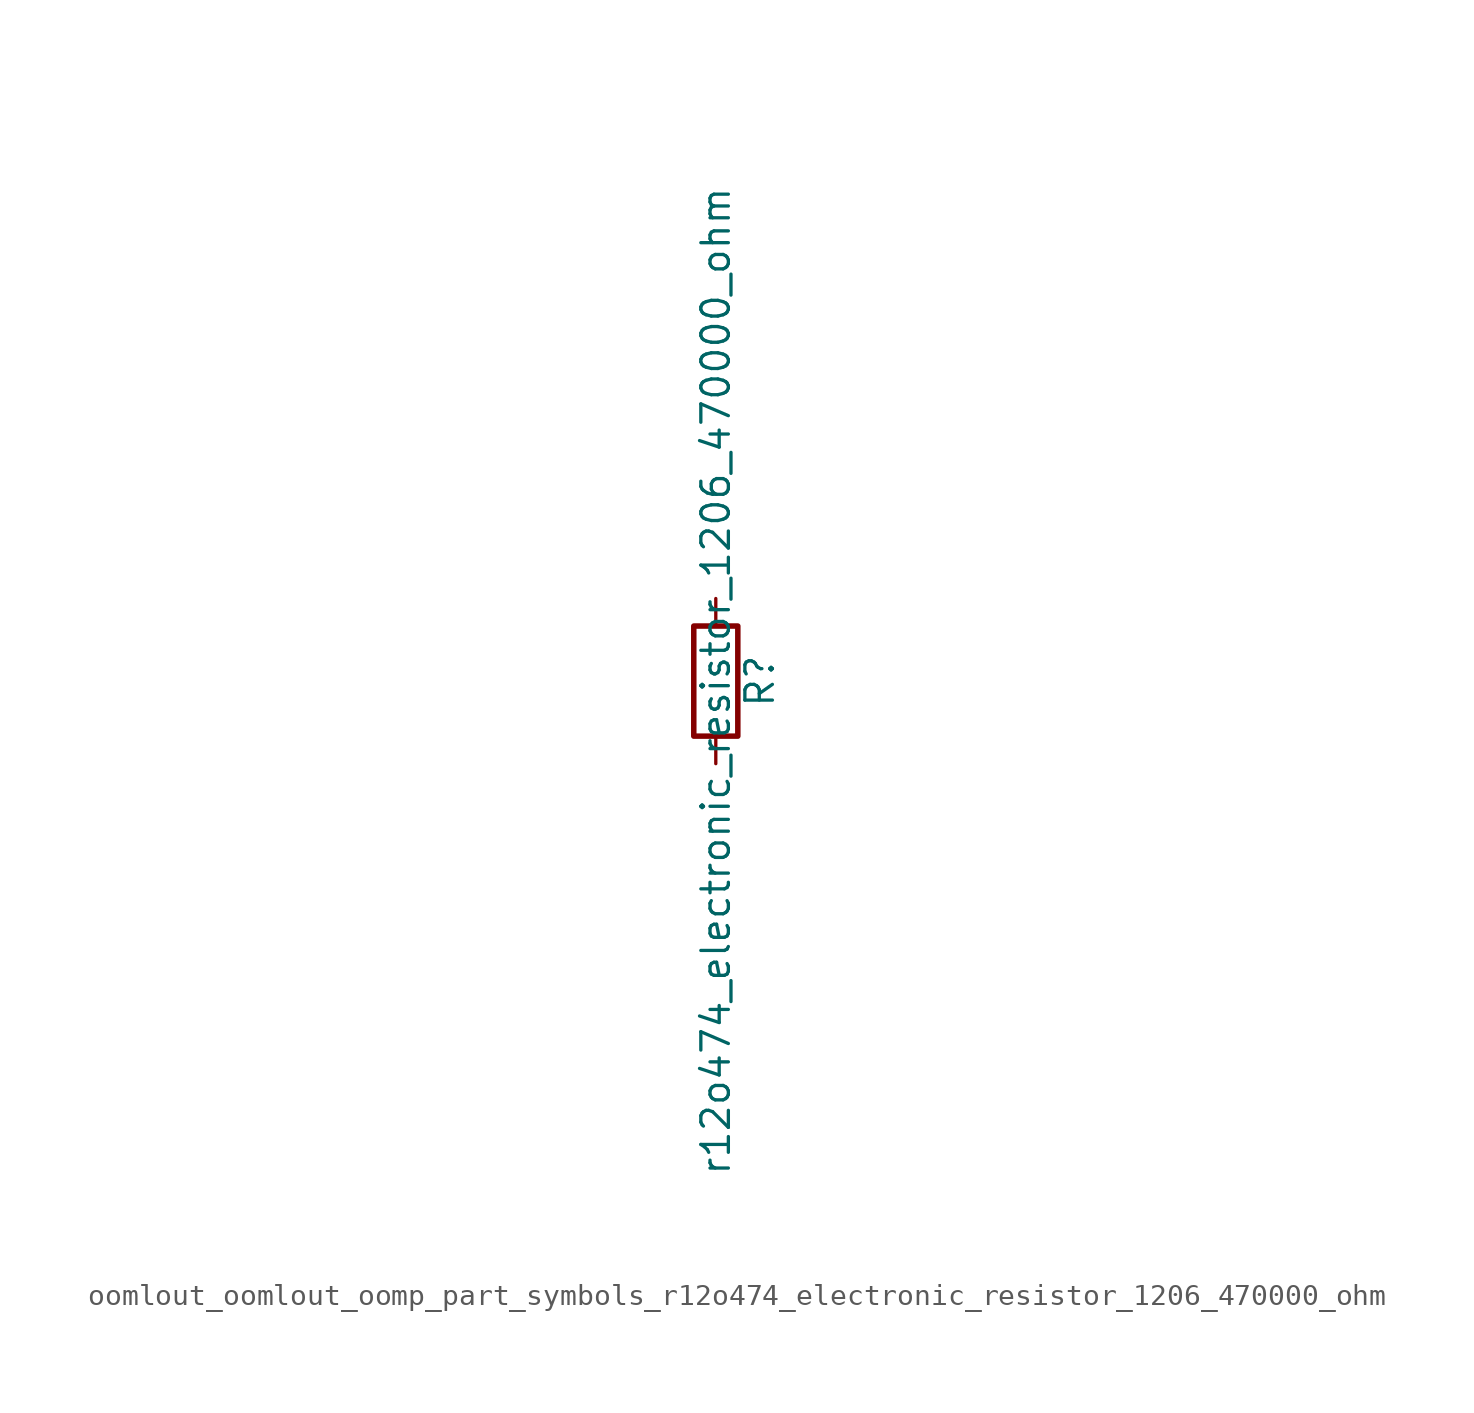
<source format=kicad_sym>
(kicad_symbol_lib
  (version 20220914)
  (generator kicad_symbol_editor)
  (symbol "oomlout_oomlout_oomp_part_symbols_r12o474_electronic_resistor_1206_470000_ohm"
    (pin_numbers hide)
    (pin_names
      (offset 0))
    (property "Reference" "R"
      (at 2.032 0 90)
      (effects (font (size 1.27 1.27))))
    (property "Value" "r12o474_electronic_resistor_1206_470000_ohm"
      (at 0 0 90)
      (effects (font (size 1.27 1.27))))
    (symbol "oomlout_oomlout_oomp_part_symbols_r12o474_electronic_resistor_1206_470000_ohm_0_1"
      (rectangle (start -1.016 -2.54) (end 1.016 2.54) (stroke (width 0.254) (type default)) (fill (type none))))
    (symbol "oomlout_oomlout_oomp_part_symbols_r12o474_electronic_resistor_1206_470000_ohm_1_1"
      (pin passive line (at 0 3.81 270) (length 1.27) (name "~" (effects (font (size 1.27 1.27)))) (number "1" (effects (font (size 1.27 1.27)))))
      (pin passive line (at 0 -3.81 90) (length 1.27) (name "~" (effects (font (size 1.27 1.27)))) (number "2" (effects (font (size 1.27 1.27))))))))
</source>
